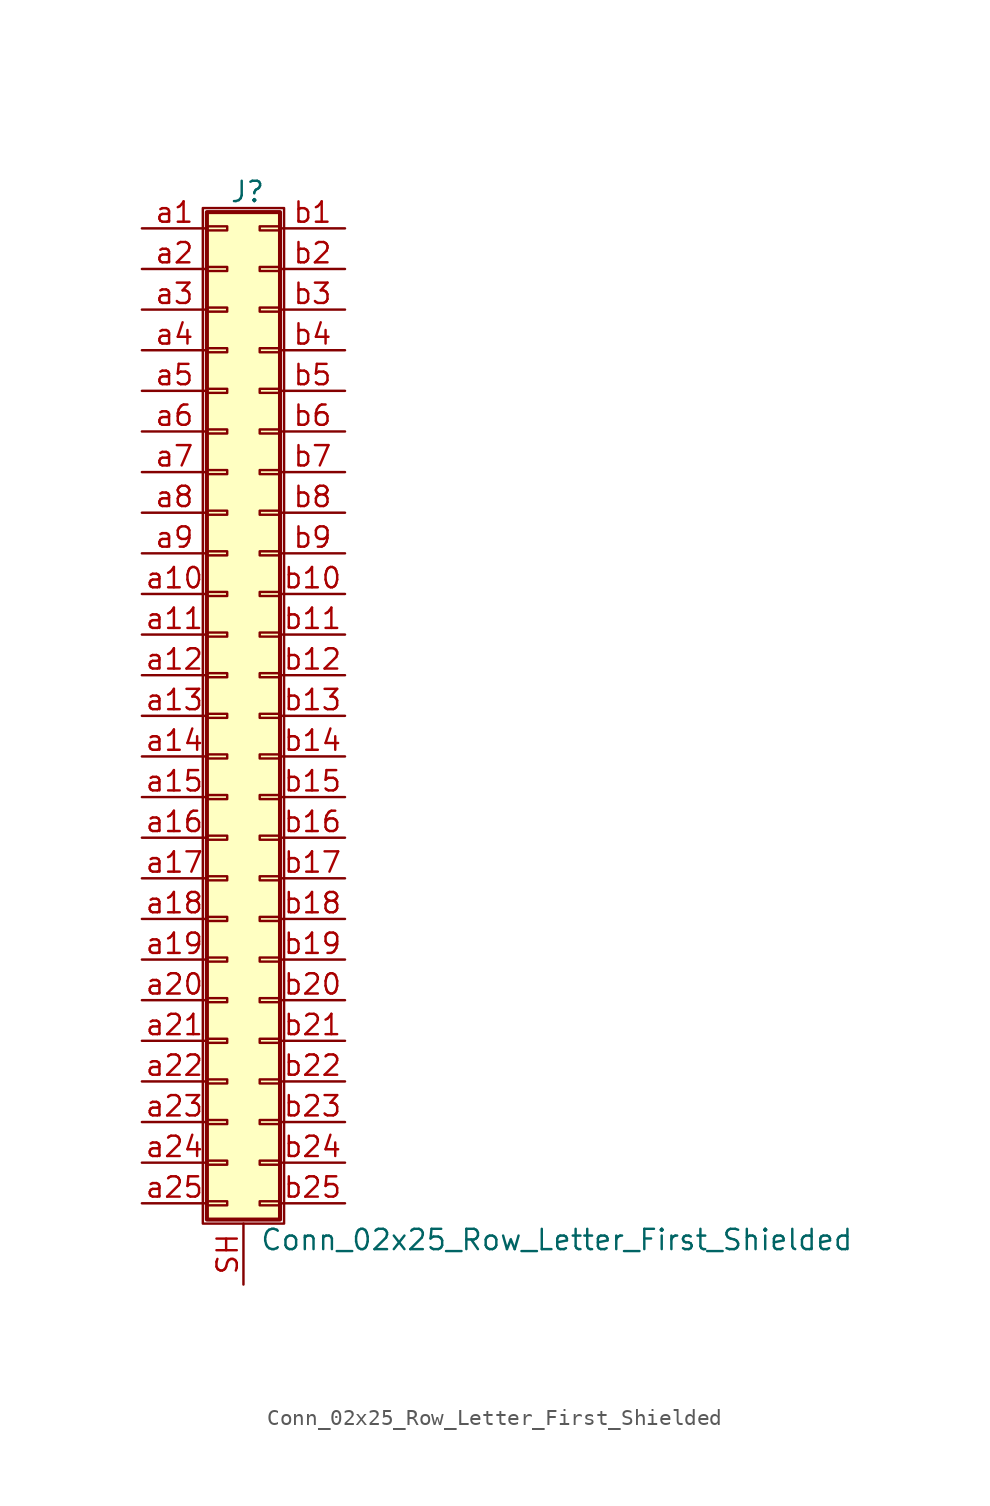
<source format=kicad_sym>
(kicad_symbol_lib
  (version 20201005)
  (generator kicad_symbol_editor)
  (symbol "Conn_02x25_Row_Letter_First_Shielded"
    (pin_names
      (offset 1.016) hide)
    (property "Reference" "J"
      (at 1.524 32.766 0)
      (effects (font (size 1.27 1.27))))
    (property "Value" "Conn_02x25_Row_Letter_First_Shielded"
      (at 2.286 -32.766 0)
      (effects (font (size 1.27 1.27)) (justify left)))
    (symbol "Conn_02x25_Row_Letter_First_Shielded_1_1"
      (rectangle (start -1.27 31.75) (end 3.81 -31.75) (stroke (width 0.152)) (fill (type none)))
      (rectangle (start -1.016 -30.353) (end 0.254 -30.607) (stroke (width 0.152)) (fill (type none)))
      (rectangle (start -1.016 -27.813) (end 0.254 -28.067) (stroke (width 0.152)) (fill (type none)))
      (rectangle (start -1.016 -25.273) (end 0.254 -25.527) (stroke (width 0.152)) (fill (type none)))
      (rectangle (start -1.016 -22.733) (end 0.254 -22.987) (stroke (width 0.152)) (fill (type none)))
      (rectangle (start -1.016 -20.193) (end 0.254 -20.447) (stroke (width 0.152)) (fill (type none)))
      (rectangle (start -1.016 -17.653) (end 0.254 -17.907) (stroke (width 0.152)) (fill (type none)))
      (rectangle (start -1.016 -15.113) (end 0.254 -15.367) (stroke (width 0.152)) (fill (type none)))
      (rectangle (start -1.016 -12.573) (end 0.254 -12.827) (stroke (width 0.152)) (fill (type none)))
      (rectangle (start -1.016 -10.033) (end 0.254 -10.287) (stroke (width 0.152)) (fill (type none)))
      (rectangle (start -1.016 -7.493) (end 0.254 -7.747) (stroke (width 0.152)) (fill (type none)))
      (rectangle (start -1.016 -4.953) (end 0.254 -5.207) (stroke (width 0.152)) (fill (type none)))
      (rectangle (start -1.016 -2.413) (end 0.254 -2.667) (stroke (width 0.152)) (fill (type none)))
      (rectangle (start -1.016 0.127) (end 0.254 -0.127) (stroke (width 0.152)) (fill (type none)))
      (rectangle (start -1.016 2.667) (end 0.254 2.413) (stroke (width 0.152)) (fill (type none)))
      (rectangle (start -1.016 5.207) (end 0.254 4.953) (stroke (width 0.152)) (fill (type none)))
      (rectangle (start -1.016 7.747) (end 0.254 7.493) (stroke (width 0.152)) (fill (type none)))
      (rectangle (start -1.016 10.287) (end 0.254 10.033) (stroke (width 0.152)) (fill (type none)))
      (rectangle (start -1.016 12.827) (end 0.254 12.573) (stroke (width 0.152)) (fill (type none)))
      (rectangle (start -1.016 15.367) (end 0.254 15.113) (stroke (width 0.152)) (fill (type none)))
      (rectangle (start -1.016 17.907) (end 0.254 17.653) (stroke (width 0.152)) (fill (type none)))
      (rectangle (start -1.016 20.447) (end 0.254 20.193) (stroke (width 0.152)) (fill (type none)))
      (rectangle (start -1.016 22.987) (end 0.254 22.733) (stroke (width 0.152)) (fill (type none)))
      (rectangle (start -1.016 25.527) (end 0.254 25.273) (stroke (width 0.152)) (fill (type none)))
      (rectangle (start -1.016 28.067) (end 0.254 27.813) (stroke (width 0.152)) (fill (type none)))
      (rectangle (start -1.016 30.607) (end 0.254 30.353) (stroke (width 0.152)) (fill (type none)))
      (rectangle (start 3.556 -30.353) (end 2.286 -30.607) (stroke (width 0.152)) (fill (type none)))
      (rectangle (start 3.556 -27.813) (end 2.286 -28.067) (stroke (width 0.152)) (fill (type none)))
      (rectangle (start 3.556 -25.273) (end 2.286 -25.527) (stroke (width 0.152)) (fill (type none)))
      (rectangle (start 3.556 -22.733) (end 2.286 -22.987) (stroke (width 0.152)) (fill (type none)))
      (rectangle (start 3.556 -20.193) (end 2.286 -20.447) (stroke (width 0.152)) (fill (type none)))
      (rectangle (start 3.556 -17.653) (end 2.286 -17.907) (stroke (width 0.152)) (fill (type none)))
      (rectangle (start 3.556 -15.113) (end 2.286 -15.367) (stroke (width 0.152)) (fill (type none)))
      (rectangle (start 3.556 -12.573) (end 2.286 -12.827) (stroke (width 0.152)) (fill (type none)))
      (rectangle (start 3.556 -10.033) (end 2.286 -10.287) (stroke (width 0.152)) (fill (type none)))
      (rectangle (start 3.556 -7.493) (end 2.286 -7.747) (stroke (width 0.152)) (fill (type none)))
      (rectangle (start 3.556 -4.953) (end 2.286 -5.207) (stroke (width 0.152)) (fill (type none)))
      (rectangle (start 3.556 -2.413) (end 2.286 -2.667) (stroke (width 0.152)) (fill (type none)))
      (rectangle (start 3.556 0.127) (end 2.286 -0.127) (stroke (width 0.152)) (fill (type none)))
      (rectangle (start 3.556 2.667) (end 2.286 2.413) (stroke (width 0.152)) (fill (type none)))
      (rectangle (start 3.556 5.207) (end 2.286 4.953) (stroke (width 0.152)) (fill (type none)))
      (rectangle (start 3.556 7.747) (end 2.286 7.493) (stroke (width 0.152)) (fill (type none)))
      (rectangle (start 3.556 10.287) (end 2.286 10.033) (stroke (width 0.152)) (fill (type none)))
      (rectangle (start 3.556 12.827) (end 2.286 12.573) (stroke (width 0.152)) (fill (type none)))
      (rectangle (start 3.556 15.367) (end 2.286 15.113) (stroke (width 0.152)) (fill (type none)))
      (rectangle (start 3.556 17.907) (end 2.286 17.653) (stroke (width 0.152)) (fill (type none)))
      (rectangle (start 3.556 20.447) (end 2.286 20.193) (stroke (width 0.152)) (fill (type none)))
      (rectangle (start 3.556 22.987) (end 2.286 22.733) (stroke (width 0.152)) (fill (type none)))
      (rectangle (start 3.556 25.527) (end 2.286 25.273) (stroke (width 0.152)) (fill (type none)))
      (rectangle (start 3.556 28.067) (end 2.286 27.813) (stroke (width 0.152)) (fill (type none)))
      (rectangle (start 3.556 30.607) (end 2.286 30.353) (stroke (width 0.152)) (fill (type none)))
      (rectangle (start -1.016 31.496) (end 3.556 -31.496) (stroke (width 0.254)) (fill (type background)))
      (pin passive line (at 1.27 -35.56 90) (length 3.81) (name "Shield" (effects (font (size 1.27 1.27)))) (number "SH" (effects (font (size 1.27 1.27)))))
      (pin passive line (at -5.08 30.48 0) (length 4.064) (name "Pin_a1" (effects (font (size 1.27 1.27)))) (number "a1" (effects (font (size 1.27 1.27)))))
      (pin passive line (at -5.08 7.62 0) (length 4.064) (name "Pin_a10" (effects (font (size 1.27 1.27)))) (number "a10" (effects (font (size 1.27 1.27)))))
      (pin passive line (at -5.08 5.08 0) (length 4.064) (name "Pin_a11" (effects (font (size 1.27 1.27)))) (number "a11" (effects (font (size 1.27 1.27)))))
      (pin passive line (at -5.08 2.54 0) (length 4.064) (name "Pin_a12" (effects (font (size 1.27 1.27)))) (number "a12" (effects (font (size 1.27 1.27)))))
      (pin passive line (at -5.08 0 0) (length 4.064) (name "Pin_a13" (effects (font (size 1.27 1.27)))) (number "a13" (effects (font (size 1.27 1.27)))))
      (pin passive line (at -5.08 -2.54 0) (length 4.064) (name "Pin_a14" (effects (font (size 1.27 1.27)))) (number "a14" (effects (font (size 1.27 1.27)))))
      (pin passive line (at -5.08 -5.08 0) (length 4.064) (name "Pin_a15" (effects (font (size 1.27 1.27)))) (number "a15" (effects (font (size 1.27 1.27)))))
      (pin passive line (at -5.08 -7.62 0) (length 4.064) (name "Pin_a16" (effects (font (size 1.27 1.27)))) (number "a16" (effects (font (size 1.27 1.27)))))
      (pin passive line (at -5.08 -10.16 0) (length 4.064) (name "Pin_a17" (effects (font (size 1.27 1.27)))) (number "a17" (effects (font (size 1.27 1.27)))))
      (pin passive line (at -5.08 -12.7 0) (length 4.064) (name "Pin_a18" (effects (font (size 1.27 1.27)))) (number "a18" (effects (font (size 1.27 1.27)))))
      (pin passive line (at -5.08 -15.24 0) (length 4.064) (name "Pin_a19" (effects (font (size 1.27 1.27)))) (number "a19" (effects (font (size 1.27 1.27)))))
      (pin passive line (at -5.08 27.94 0) (length 4.064) (name "Pin_a2" (effects (font (size 1.27 1.27)))) (number "a2" (effects (font (size 1.27 1.27)))))
      (pin passive line (at -5.08 -17.78 0) (length 4.064) (name "Pin_a20" (effects (font (size 1.27 1.27)))) (number "a20" (effects (font (size 1.27 1.27)))))
      (pin passive line (at -5.08 -20.32 0) (length 4.064) (name "Pin_a21" (effects (font (size 1.27 1.27)))) (number "a21" (effects (font (size 1.27 1.27)))))
      (pin passive line (at -5.08 -22.86 0) (length 4.064) (name "Pin_a22" (effects (font (size 1.27 1.27)))) (number "a22" (effects (font (size 1.27 1.27)))))
      (pin passive line (at -5.08 -25.4 0) (length 4.064) (name "Pin_a23" (effects (font (size 1.27 1.27)))) (number "a23" (effects (font (size 1.27 1.27)))))
      (pin passive line (at -5.08 -27.94 0) (length 4.064) (name "Pin_a24" (effects (font (size 1.27 1.27)))) (number "a24" (effects (font (size 1.27 1.27)))))
      (pin passive line (at -5.08 -30.48 0) (length 4.064) (name "Pin_a25" (effects (font (size 1.27 1.27)))) (number "a25" (effects (font (size 1.27 1.27)))))
      (pin passive line (at -5.08 25.4 0) (length 4.064) (name "Pin_a3" (effects (font (size 1.27 1.27)))) (number "a3" (effects (font (size 1.27 1.27)))))
      (pin passive line (at -5.08 22.86 0) (length 4.064) (name "Pin_a4" (effects (font (size 1.27 1.27)))) (number "a4" (effects (font (size 1.27 1.27)))))
      (pin passive line (at -5.08 20.32 0) (length 4.064) (name "Pin_a5" (effects (font (size 1.27 1.27)))) (number "a5" (effects (font (size 1.27 1.27)))))
      (pin passive line (at -5.08 17.78 0) (length 4.064) (name "Pin_a6" (effects (font (size 1.27 1.27)))) (number "a6" (effects (font (size 1.27 1.27)))))
      (pin passive line (at -5.08 15.24 0) (length 4.064) (name "Pin_a7" (effects (font (size 1.27 1.27)))) (number "a7" (effects (font (size 1.27 1.27)))))
      (pin passive line (at -5.08 12.7 0) (length 4.064) (name "Pin_a8" (effects (font (size 1.27 1.27)))) (number "a8" (effects (font (size 1.27 1.27)))))
      (pin passive line (at -5.08 10.16 0) (length 4.064) (name "Pin_a9" (effects (font (size 1.27 1.27)))) (number "a9" (effects (font (size 1.27 1.27)))))
      (pin passive line (at 7.62 30.48 180) (length 4.064) (name "Pin_b1" (effects (font (size 1.27 1.27)))) (number "b1" (effects (font (size 1.27 1.27)))))
      (pin passive line (at 7.62 7.62 180) (length 4.064) (name "Pin_b10" (effects (font (size 1.27 1.27)))) (number "b10" (effects (font (size 1.27 1.27)))))
      (pin passive line (at 7.62 5.08 180) (length 4.064) (name "Pin_b11" (effects (font (size 1.27 1.27)))) (number "b11" (effects (font (size 1.27 1.27)))))
      (pin passive line (at 7.62 2.54 180) (length 4.064) (name "Pin_b12" (effects (font (size 1.27 1.27)))) (number "b12" (effects (font (size 1.27 1.27)))))
      (pin passive line (at 7.62 0 180) (length 4.064) (name "Pin_b13" (effects (font (size 1.27 1.27)))) (number "b13" (effects (font (size 1.27 1.27)))))
      (pin passive line (at 7.62 -2.54 180) (length 4.064) (name "Pin_b14" (effects (font (size 1.27 1.27)))) (number "b14" (effects (font (size 1.27 1.27)))))
      (pin passive line (at 7.62 -5.08 180) (length 4.064) (name "Pin_b15" (effects (font (size 1.27 1.27)))) (number "b15" (effects (font (size 1.27 1.27)))))
      (pin passive line (at 7.62 -7.62 180) (length 4.064) (name "Pin_b16" (effects (font (size 1.27 1.27)))) (number "b16" (effects (font (size 1.27 1.27)))))
      (pin passive line (at 7.62 -10.16 180) (length 4.064) (name "Pin_b17" (effects (font (size 1.27 1.27)))) (number "b17" (effects (font (size 1.27 1.27)))))
      (pin passive line (at 7.62 -12.7 180) (length 4.064) (name "Pin_b18" (effects (font (size 1.27 1.27)))) (number "b18" (effects (font (size 1.27 1.27)))))
      (pin passive line (at 7.62 -15.24 180) (length 4.064) (name "Pin_b19" (effects (font (size 1.27 1.27)))) (number "b19" (effects (font (size 1.27 1.27)))))
      (pin passive line (at 7.62 27.94 180) (length 4.064) (name "Pin_b2" (effects (font (size 1.27 1.27)))) (number "b2" (effects (font (size 1.27 1.27)))))
      (pin passive line (at 7.62 -17.78 180) (length 4.064) (name "Pin_b20" (effects (font (size 1.27 1.27)))) (number "b20" (effects (font (size 1.27 1.27)))))
      (pin passive line (at 7.62 -20.32 180) (length 4.064) (name "Pin_b21" (effects (font (size 1.27 1.27)))) (number "b21" (effects (font (size 1.27 1.27)))))
      (pin passive line (at 7.62 -22.86 180) (length 4.064) (name "Pin_b22" (effects (font (size 1.27 1.27)))) (number "b22" (effects (font (size 1.27 1.27)))))
      (pin passive line (at 7.62 -25.4 180) (length 4.064) (name "Pin_b23" (effects (font (size 1.27 1.27)))) (number "b23" (effects (font (size 1.27 1.27)))))
      (pin passive line (at 7.62 -27.94 180) (length 4.064) (name "Pin_b24" (effects (font (size 1.27 1.27)))) (number "b24" (effects (font (size 1.27 1.27)))))
      (pin passive line (at 7.62 -30.48 180) (length 4.064) (name "Pin_b25" (effects (font (size 1.27 1.27)))) (number "b25" (effects (font (size 1.27 1.27)))))
      (pin passive line (at 7.62 25.4 180) (length 4.064) (name "Pin_b3" (effects (font (size 1.27 1.27)))) (number "b3" (effects (font (size 1.27 1.27)))))
      (pin passive line (at 7.62 22.86 180) (length 4.064) (name "Pin_b4" (effects (font (size 1.27 1.27)))) (number "b4" (effects (font (size 1.27 1.27)))))
      (pin passive line (at 7.62 20.32 180) (length 4.064) (name "Pin_b5" (effects (font (size 1.27 1.27)))) (number "b5" (effects (font (size 1.27 1.27)))))
      (pin passive line (at 7.62 17.78 180) (length 4.064) (name "Pin_b6" (effects (font (size 1.27 1.27)))) (number "b6" (effects (font (size 1.27 1.27)))))
      (pin passive line (at 7.62 15.24 180) (length 4.064) (name "Pin_b7" (effects (font (size 1.27 1.27)))) (number "b7" (effects (font (size 1.27 1.27)))))
      (pin passive line (at 7.62 12.7 180) (length 4.064) (name "Pin_b8" (effects (font (size 1.27 1.27)))) (number "b8" (effects (font (size 1.27 1.27)))))
      (pin passive line (at 7.62 10.16 180) (length 4.064) (name "Pin_b9" (effects (font (size 1.27 1.27)))) (number "b9" (effects (font (size 1.27 1.27))))))))
</source>
